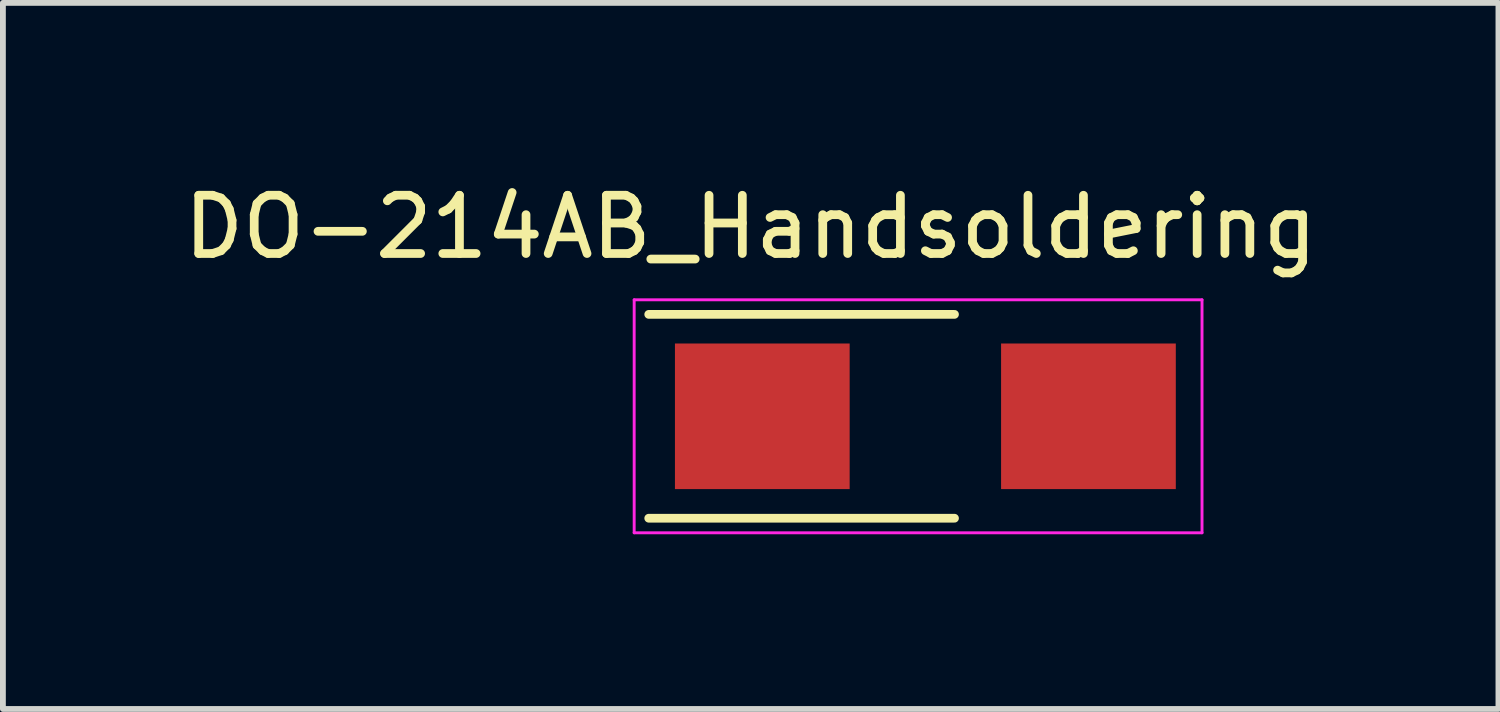
<source format=kicad_pcb>
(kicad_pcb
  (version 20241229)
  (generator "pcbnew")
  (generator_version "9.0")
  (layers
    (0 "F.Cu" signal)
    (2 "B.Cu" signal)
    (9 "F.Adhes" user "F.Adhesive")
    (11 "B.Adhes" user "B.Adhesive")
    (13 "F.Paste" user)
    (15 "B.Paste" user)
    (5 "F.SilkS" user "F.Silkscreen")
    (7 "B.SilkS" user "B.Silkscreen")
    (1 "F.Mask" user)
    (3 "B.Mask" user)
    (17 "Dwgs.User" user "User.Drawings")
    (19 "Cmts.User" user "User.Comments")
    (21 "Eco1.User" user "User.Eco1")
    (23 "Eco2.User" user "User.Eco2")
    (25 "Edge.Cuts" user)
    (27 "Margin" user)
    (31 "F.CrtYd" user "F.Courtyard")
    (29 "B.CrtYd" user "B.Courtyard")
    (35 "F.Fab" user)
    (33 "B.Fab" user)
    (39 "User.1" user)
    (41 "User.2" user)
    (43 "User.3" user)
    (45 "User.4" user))
  (footprint "DO-214AB_Handsoldering"
    (layer "F.Cu")
    (at 12.839 4.098)
    (property "Reference" "DO-214AB_Handsoldering" (at -3 -3.25 0) (layer "F.SilkS") (effects (font (size 1 1) (thickness 0.15))))
    (attr smd)
    (fp_line (start -4.75 -1.75) (end 0.5 -1.75) (stroke (width 0.15) (type solid)) (layer "F.SilkS"))
    (fp_line (start 0.5 1.75) (end -4.75 1.75) (stroke (width 0.15) (type solid)) (layer "F.SilkS"))
    (fp_line (start -5 -2) (end 4.75 -2) (stroke (width 0.05) (type solid)) (layer "F.CrtYd"))
    (fp_line (start -5 2) (end -5 -2) (stroke (width 0.05) (type solid)) (layer "F.CrtYd"))
    (fp_line (start 4.75 -2) (end 4.75 2) (stroke (width 0.05) (type solid)) (layer "F.CrtYd"))
    (fp_line (start 4.75 2) (end -5 2) (stroke (width 0.05) (type solid)) (layer "F.CrtYd"))
    (pad "1" smd rect (at -2.8 0) (size 3 2.5) (layers "F.Cu" "F.Mask" "F.Paste"))
    (pad "2" smd rect (at 2.8 0) (size 3 2.5) (layers "F.Cu" "F.Mask" "F.Paste")))
  (gr_rect
    (start -3 -3)
    (end 22.679 9.123)
    (stroke (width 0.1) (type default))
    (fill no)
    (layer "Edge.Cuts")))
</source>
